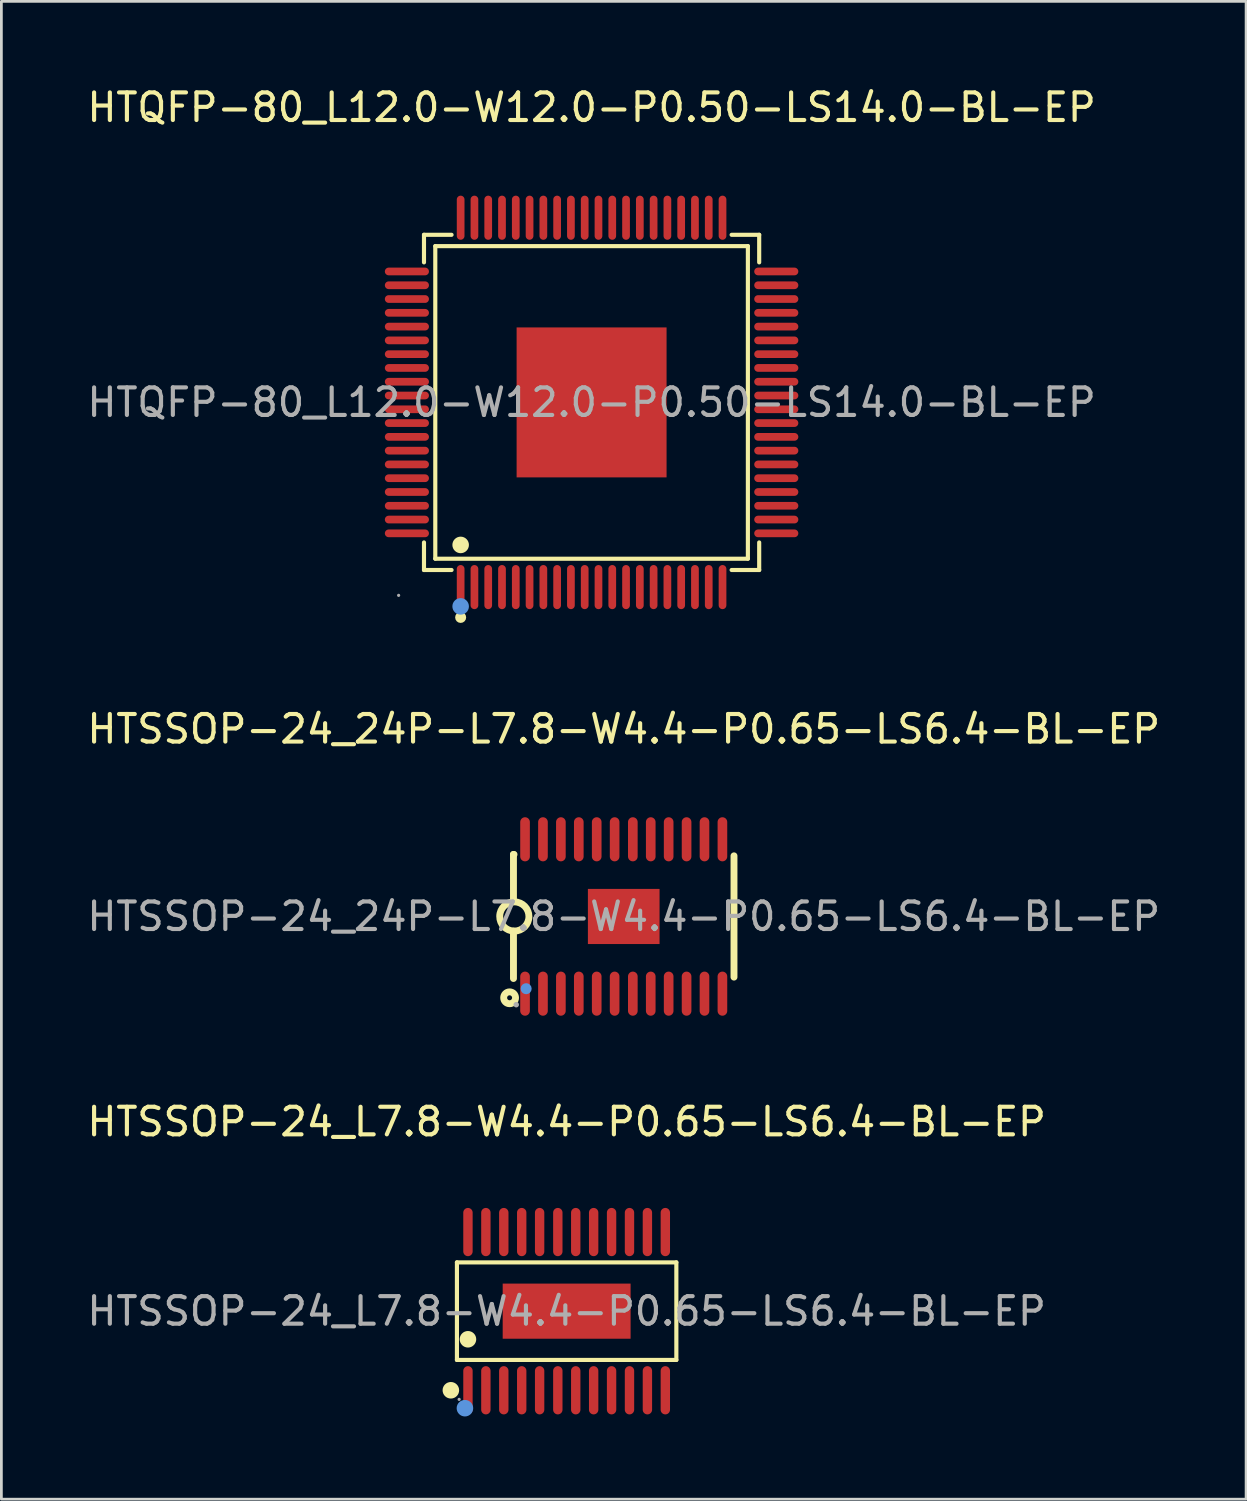
<source format=kicad_pcb>
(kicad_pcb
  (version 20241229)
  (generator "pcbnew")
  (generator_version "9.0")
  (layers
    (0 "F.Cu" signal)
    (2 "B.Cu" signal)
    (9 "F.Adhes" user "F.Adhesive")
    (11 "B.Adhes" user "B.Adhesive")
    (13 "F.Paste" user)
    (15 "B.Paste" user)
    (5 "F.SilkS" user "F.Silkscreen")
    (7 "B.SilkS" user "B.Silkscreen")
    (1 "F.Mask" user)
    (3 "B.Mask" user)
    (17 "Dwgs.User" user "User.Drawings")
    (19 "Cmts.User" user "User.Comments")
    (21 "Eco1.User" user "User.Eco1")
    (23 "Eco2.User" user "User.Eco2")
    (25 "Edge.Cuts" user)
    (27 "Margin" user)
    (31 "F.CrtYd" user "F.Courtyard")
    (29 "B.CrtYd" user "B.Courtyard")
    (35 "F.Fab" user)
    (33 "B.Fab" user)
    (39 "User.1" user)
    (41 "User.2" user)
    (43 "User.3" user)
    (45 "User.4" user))
  (footprint "HTQFP-80_L12.0-W12.0-P0.50-LS14.0-BL-EP"
    (layer "F.Cu")
    (at 18.411 11.548)
    (property "Reference" "HTQFP-80_L12.0-W12.0-P0.50-LS14.0-BL-EP" (at 0 -10.7 0) (layer "F.SilkS") (effects (font (size 1 1) (thickness 0.15))))
    (attr through_hole)
    (fp_line (start -6.08 -6.08) (end -5.08 -6.08) (stroke (width 0.15) (type solid)) (layer "F.SilkS"))
    (fp_line (start -6.08 -5.08) (end -6.08 -6.08) (stroke (width 0.15) (type solid)) (layer "F.SilkS"))
    (fp_line (start -6.08 5.08) (end -6.08 6.08) (stroke (width 0.15) (type solid)) (layer "F.SilkS"))
    (fp_line (start -6.08 6.08) (end -5.08 6.08) (stroke (width 0.15) (type solid)) (layer "F.SilkS"))
    (fp_line (start -5.67 -5.67) (end 5.67 -5.67) (stroke (width 0.15) (type solid)) (layer "F.SilkS"))
    (fp_line (start -5.67 5.67) (end -5.67 -5.67) (stroke (width 0.15) (type solid)) (layer "F.SilkS"))
    (fp_line (start 5.67 -5.67) (end 5.67 5.67) (stroke (width 0.15) (type solid)) (layer "F.SilkS"))
    (fp_line (start 5.67 5.67) (end -5.67 5.67) (stroke (width 0.15) (type solid)) (layer "F.SilkS"))
    (fp_line (start 6.08 -6.08) (end 5.08 -6.08) (stroke (width 0.15) (type solid)) (layer "F.SilkS"))
    (fp_line (start 6.08 -5.08) (end 6.08 -6.08) (stroke (width 0.15) (type solid)) (layer "F.SilkS"))
    (fp_line (start 6.08 5.08) (end 6.08 6.08) (stroke (width 0.15) (type solid)) (layer "F.SilkS"))
    (fp_line (start 6.08 6.08) (end 5.08 6.08) (stroke (width 0.15) (type solid)) (layer "F.SilkS"))
    (fp_circle (center -4.75 5.17) (end -4.6 5.17) (stroke (width 0.3) (type solid)) (fill no) (layer "F.SilkS"))
    (fp_circle (center -4.75 7.8) (end -4.65 7.8) (stroke (width 0.2) (type solid)) (fill no) (layer "F.SilkS"))
    (fp_circle (center -4.75 7.4) (end -4.6 7.4) (stroke (width 0.3) (type solid)) (fill no) (layer "Cmts.User"))
    (fp_circle (center -7 7) (end -6.97 7) (stroke (width 0.06) (type solid)) (fill no) (layer "F.Fab"))
    (fp_text user "${REFERENCE}" (at 0 0 0) (layer "F.Fab") (effects (font (size 1 1) (thickness 0.15))))
    (pad "1" smd oval (at -4.75 6.7) (size 0.28 1.6) (layers "F.Cu" "F.Mask" "F.Paste"))
    (pad "2" smd oval (at -4.25 6.7) (size 0.28 1.6) (layers "F.Cu" "F.Mask" "F.Paste"))
    (pad "3" smd oval (at -3.75 6.7) (size 0.28 1.6) (layers "F.Cu" "F.Mask" "F.Paste"))
    (pad "4" smd oval (at -3.25 6.7) (size 0.28 1.6) (layers "F.Cu" "F.Mask" "F.Paste"))
    (pad "5" smd oval (at -2.75 6.7) (size 0.28 1.6) (layers "F.Cu" "F.Mask" "F.Paste"))
    (pad "6" smd oval (at -2.25 6.7) (size 0.28 1.6) (layers "F.Cu" "F.Mask" "F.Paste"))
    (pad "7" smd oval (at -1.75 6.7) (size 0.28 1.6) (layers "F.Cu" "F.Mask" "F.Paste"))
    (pad "8" smd oval (at -1.25 6.7) (size 0.28 1.6) (layers "F.Cu" "F.Mask" "F.Paste"))
    (pad "9" smd oval (at -0.75 6.7) (size 0.28 1.6) (layers "F.Cu" "F.Mask" "F.Paste"))
    (pad "10" smd oval (at -0.25 6.7) (size 0.28 1.6) (layers "F.Cu" "F.Mask" "F.Paste"))
    (pad "11" smd oval (at 0.25 6.7) (size 0.28 1.6) (layers "F.Cu" "F.Mask" "F.Paste"))
    (pad "12" smd oval (at 0.75 6.7) (size 0.28 1.6) (layers "F.Cu" "F.Mask" "F.Paste"))
    (pad "13" smd oval (at 1.25 6.7) (size 0.28 1.6) (layers "F.Cu" "F.Mask" "F.Paste"))
    (pad "14" smd oval (at 1.75 6.7) (size 0.28 1.6) (layers "F.Cu" "F.Mask" "F.Paste"))
    (pad "15" smd oval (at 2.25 6.7) (size 0.28 1.6) (layers "F.Cu" "F.Mask" "F.Paste"))
    (pad "16" smd oval (at 2.75 6.7) (size 0.28 1.6) (layers "F.Cu" "F.Mask" "F.Paste"))
    (pad "17" smd oval (at 3.25 6.7) (size 0.28 1.6) (layers "F.Cu" "F.Mask" "F.Paste"))
    (pad "18" smd oval (at 3.75 6.7) (size 0.28 1.6) (layers "F.Cu" "F.Mask" "F.Paste"))
    (pad "19" smd oval (at 4.25 6.7) (size 0.28 1.6) (layers "F.Cu" "F.Mask" "F.Paste"))
    (pad "20" smd oval (at 4.75 6.7) (size 0.28 1.6) (layers "F.Cu" "F.Mask" "F.Paste"))
    (pad "21" smd oval (at 6.7 4.75) (size 1.6 0.28) (layers "F.Cu" "F.Mask" "F.Paste"))
    (pad "22" smd oval (at 6.7 4.25) (size 1.6 0.28) (layers "F.Cu" "F.Mask" "F.Paste"))
    (pad "23" smd oval (at 6.7 3.75) (size 1.6 0.28) (layers "F.Cu" "F.Mask" "F.Paste"))
    (pad "24" smd oval (at 6.7 3.25) (size 1.6 0.28) (layers "F.Cu" "F.Mask" "F.Paste"))
    (pad "25" smd oval (at 6.7 2.75) (size 1.6 0.28) (layers "F.Cu" "F.Mask" "F.Paste"))
    (pad "26" smd oval (at 6.7 2.25) (size 1.6 0.28) (layers "F.Cu" "F.Mask" "F.Paste"))
    (pad "27" smd oval (at 6.7 1.75) (size 1.6 0.28) (layers "F.Cu" "F.Mask" "F.Paste"))
    (pad "28" smd oval (at 6.7 1.25) (size 1.6 0.28) (layers "F.Cu" "F.Mask" "F.Paste"))
    (pad "29" smd oval (at 6.7 0.75) (size 1.6 0.28) (layers "F.Cu" "F.Mask" "F.Paste"))
    (pad "30" smd oval (at 6.7 0.25) (size 1.6 0.28) (layers "F.Cu" "F.Mask" "F.Paste"))
    (pad "31" smd oval (at 6.7 -0.25) (size 1.6 0.28) (layers "F.Cu" "F.Mask" "F.Paste"))
    (pad "32" smd oval (at 6.7 -0.75) (size 1.6 0.28) (layers "F.Cu" "F.Mask" "F.Paste"))
    (pad "33" smd oval (at 6.7 -1.25) (size 1.6 0.28) (layers "F.Cu" "F.Mask" "F.Paste"))
    (pad "34" smd oval (at 6.7 -1.75) (size 1.6 0.28) (layers "F.Cu" "F.Mask" "F.Paste"))
    (pad "35" smd oval (at 6.7 -2.25) (size 1.6 0.28) (layers "F.Cu" "F.Mask" "F.Paste"))
    (pad "36" smd oval (at 6.7 -2.75) (size 1.6 0.28) (layers "F.Cu" "F.Mask" "F.Paste"))
    (pad "37" smd oval (at 6.7 -3.25) (size 1.6 0.28) (layers "F.Cu" "F.Mask" "F.Paste"))
    (pad "38" smd oval (at 6.7 -3.75) (size 1.6 0.28) (layers "F.Cu" "F.Mask" "F.Paste"))
    (pad "39" smd oval (at 6.7 -4.25) (size 1.6 0.28) (layers "F.Cu" "F.Mask" "F.Paste"))
    (pad "40" smd oval (at 6.7 -4.75) (size 1.6 0.28) (layers "F.Cu" "F.Mask" "F.Paste"))
    (pad "41" smd oval (at 4.75 -6.7) (size 0.28 1.6) (layers "F.Cu" "F.Mask" "F.Paste"))
    (pad "42" smd oval (at 4.25 -6.7) (size 0.28 1.6) (layers "F.Cu" "F.Mask" "F.Paste"))
    (pad "43" smd oval (at 3.75 -6.7) (size 0.28 1.6) (layers "F.Cu" "F.Mask" "F.Paste"))
    (pad "44" smd oval (at 3.25 -6.7) (size 0.28 1.6) (layers "F.Cu" "F.Mask" "F.Paste"))
    (pad "45" smd oval (at 2.75 -6.7) (size 0.28 1.6) (layers "F.Cu" "F.Mask" "F.Paste"))
    (pad "46" smd oval (at 2.25 -6.7) (size 0.28 1.6) (layers "F.Cu" "F.Mask" "F.Paste"))
    (pad "47" smd oval (at 1.75 -6.7) (size 0.28 1.6) (layers "F.Cu" "F.Mask" "F.Paste"))
    (pad "48" smd oval (at 1.25 -6.7) (size 0.28 1.6) (layers "F.Cu" "F.Mask" "F.Paste"))
    (pad "49" smd oval (at 0.75 -6.7) (size 0.28 1.6) (layers "F.Cu" "F.Mask" "F.Paste"))
    (pad "50" smd oval (at 0.25 -6.7) (size 0.28 1.6) (layers "F.Cu" "F.Mask" "F.Paste"))
    (pad "51" smd oval (at -0.25 -6.7) (size 0.28 1.6) (layers "F.Cu" "F.Mask" "F.Paste"))
    (pad "52" smd oval (at -0.75 -6.7) (size 0.28 1.6) (layers "F.Cu" "F.Mask" "F.Paste"))
    (pad "53" smd oval (at -1.25 -6.7) (size 0.28 1.6) (layers "F.Cu" "F.Mask" "F.Paste"))
    (pad "54" smd oval (at -1.75 -6.7) (size 0.28 1.6) (layers "F.Cu" "F.Mask" "F.Paste"))
    (pad "55" smd oval (at -2.25 -6.7) (size 0.28 1.6) (layers "F.Cu" "F.Mask" "F.Paste"))
    (pad "56" smd oval (at -2.75 -6.7) (size 0.28 1.6) (layers "F.Cu" "F.Mask" "F.Paste"))
    (pad "57" smd oval (at -3.25 -6.7) (size 0.28 1.6) (layers "F.Cu" "F.Mask" "F.Paste"))
    (pad "58" smd oval (at -3.75 -6.7) (size 0.28 1.6) (layers "F.Cu" "F.Mask" "F.Paste"))
    (pad "59" smd oval (at -4.25 -6.7) (size 0.28 1.6) (layers "F.Cu" "F.Mask" "F.Paste"))
    (pad "60" smd oval (at -4.75 -6.7) (size 0.28 1.6) (layers "F.Cu" "F.Mask" "F.Paste"))
    (pad "61" smd oval (at -6.7 -4.75) (size 1.6 0.28) (layers "F.Cu" "F.Mask" "F.Paste"))
    (pad "62" smd oval (at -6.7 -4.25) (size 1.6 0.28) (layers "F.Cu" "F.Mask" "F.Paste"))
    (pad "63" smd oval (at -6.7 -3.75) (size 1.6 0.28) (layers "F.Cu" "F.Mask" "F.Paste"))
    (pad "64" smd oval (at -6.7 -3.25) (size 1.6 0.28) (layers "F.Cu" "F.Mask" "F.Paste"))
    (pad "65" smd oval (at -6.7 -2.75) (size 1.6 0.28) (layers "F.Cu" "F.Mask" "F.Paste"))
    (pad "66" smd oval (at -6.7 -2.25) (size 1.6 0.28) (layers "F.Cu" "F.Mask" "F.Paste"))
    (pad "67" smd oval (at -6.7 -1.75) (size 1.6 0.28) (layers "F.Cu" "F.Mask" "F.Paste"))
    (pad "68" smd oval (at -6.7 -1.25) (size 1.6 0.28) (layers "F.Cu" "F.Mask" "F.Paste"))
    (pad "69" smd oval (at -6.7 -0.75) (size 1.6 0.28) (layers "F.Cu" "F.Mask" "F.Paste"))
    (pad "70" smd oval (at -6.7 -0.25) (size 1.6 0.28) (layers "F.Cu" "F.Mask" "F.Paste"))
    (pad "71" smd oval (at -6.7 0.25) (size 1.6 0.28) (layers "F.Cu" "F.Mask" "F.Paste"))
    (pad "72" smd oval (at -6.7 0.75) (size 1.6 0.28) (layers "F.Cu" "F.Mask" "F.Paste"))
    (pad "73" smd oval (at -6.7 1.25) (size 1.6 0.28) (layers "F.Cu" "F.Mask" "F.Paste"))
    (pad "74" smd oval (at -6.7 1.75) (size 1.6 0.28) (layers "F.Cu" "F.Mask" "F.Paste"))
    (pad "75" smd oval (at -6.7 2.25) (size 1.6 0.28) (layers "F.Cu" "F.Mask" "F.Paste"))
    (pad "76" smd oval (at -6.7 2.75) (size 1.6 0.28) (layers "F.Cu" "F.Mask" "F.Paste"))
    (pad "77" smd oval (at -6.7 3.25) (size 1.6 0.28) (layers "F.Cu" "F.Mask" "F.Paste"))
    (pad "78" smd oval (at -6.7 3.75) (size 1.6 0.28) (layers "F.Cu" "F.Mask" "F.Paste"))
    (pad "79" smd oval (at -6.7 4.25) (size 1.6 0.28) (layers "F.Cu" "F.Mask" "F.Paste"))
    (pad "80" smd oval (at -6.7 4.75) (size 1.6 0.28) (layers "F.Cu" "F.Mask" "F.Paste"))
    (pad "81" smd rect (at 0 0) (size 5.44 5.44) (layers "F.Cu" "F.Mask" "F.Paste")))
  (footprint "HTSSOP-24_24P-L7.8-W4.4-P0.65-LS6.4-BL-EP"
    (layer "F.Cu")
    (at 19.577 30.197)
    (property "Reference" "HTSSOP-24_24P-L7.8-W4.4-P0.65-LS6.4-BL-EP" (at 0 -6.8 0) (layer "F.SilkS") (effects (font (size 1 1) (thickness 0.15))))
    (attr through_hole)
    (fp_line (start -4 -2.25) (end -3.98 -2.25) (stroke (width 0.25) (type solid)) (layer "F.SilkS"))
    (fp_line (start -4 -0.54) (end -4 -2.25) (stroke (width 0.25) (type solid)) (layer "F.SilkS"))
    (fp_line (start -4 2.25) (end -4 0.53) (stroke (width 0.25) (type solid)) (layer "F.SilkS"))
    (fp_line (start 4 -2.2) (end 4 2.2) (stroke (width 0.25) (type solid)) (layer "F.SilkS"))
    (fp_arc (start -3.97925 0.529919) (mid -3.965375 -0.52998) (end -3.97 0.53) (stroke (width 0.25) (type solid)) (layer "F.SilkS"))
    (fp_circle (center -4.14 2.95) (end -4.05 2.95) (stroke (width 0.25) (type solid)) (fill no) (layer "F.SilkS"))
    (fp_circle (center -3.54 2.62) (end -3.44 2.62) (stroke (width 0.2) (type solid)) (fill no) (layer "Cmts.User"))
    (fp_circle (center -3.9 3.2) (end -3.85 3.2) (stroke (width 0.1) (type solid)) (fill no) (layer "F.Fab"))
    (fp_text user "${REFERENCE}" (at 0 0 0) (layer "F.Fab") (effects (font (size 1 1) (thickness 0.15))))
    (pad "1" smd oval (at -3.58 2.8 180) (size 0.35 1.6) (layers "F.Cu" "F.Mask" "F.Paste"))
    (pad "2" smd oval (at -2.93 2.8 180) (size 0.35 1.6) (layers "F.Cu" "F.Mask" "F.Paste"))
    (pad "3" smd oval (at -2.28 2.8 180) (size 0.35 1.6) (layers "F.Cu" "F.Mask" "F.Paste"))
    (pad "4" smd oval (at -1.63 2.8 180) (size 0.35 1.6) (layers "F.Cu" "F.Mask" "F.Paste"))
    (pad "5" smd oval (at -0.98 2.8 180) (size 0.35 1.6) (layers "F.Cu" "F.Mask" "F.Paste"))
    (pad "6" smd oval (at -0.33 2.8 180) (size 0.35 1.6) (layers "F.Cu" "F.Mask" "F.Paste"))
    (pad "7" smd oval (at 0.33 2.8 180) (size 0.35 1.6) (layers "F.Cu" "F.Mask" "F.Paste"))
    (pad "8" smd oval (at 0.98 2.8 180) (size 0.35 1.6) (layers "F.Cu" "F.Mask" "F.Paste"))
    (pad "9" smd oval (at 1.63 2.8 180) (size 0.35 1.6) (layers "F.Cu" "F.Mask" "F.Paste"))
    (pad "10" smd oval (at 2.28 2.8 180) (size 0.35 1.6) (layers "F.Cu" "F.Mask" "F.Paste"))
    (pad "11" smd oval (at 2.93 2.8 180) (size 0.35 1.6) (layers "F.Cu" "F.Mask" "F.Paste"))
    (pad "12" smd oval (at 3.58 2.8 180) (size 0.35 1.6) (layers "F.Cu" "F.Mask" "F.Paste"))
    (pad "13" smd oval (at 3.58 -2.8 180) (size 0.35 1.6) (layers "F.Cu" "F.Mask" "F.Paste"))
    (pad "14" smd oval (at 2.93 -2.8 180) (size 0.35 1.6) (layers "F.Cu" "F.Mask" "F.Paste"))
    (pad "15" smd oval (at 2.28 -2.8 180) (size 0.35 1.6) (layers "F.Cu" "F.Mask" "F.Paste"))
    (pad "16" smd oval (at 1.63 -2.8 180) (size 0.35 1.6) (layers "F.Cu" "F.Mask" "F.Paste"))
    (pad "17" smd oval (at 0.98 -2.8 180) (size 0.35 1.6) (layers "F.Cu" "F.Mask" "F.Paste"))
    (pad "18" smd oval (at 0.33 -2.8 180) (size 0.35 1.6) (layers "F.Cu" "F.Mask" "F.Paste"))
    (pad "19" smd oval (at -0.33 -2.8 180) (size 0.35 1.6) (layers "F.Cu" "F.Mask" "F.Paste"))
    (pad "20" smd oval (at -0.98 -2.8 180) (size 0.35 1.6) (layers "F.Cu" "F.Mask" "F.Paste"))
    (pad "21" smd oval (at -1.63 -2.8 180) (size 0.35 1.6) (layers "F.Cu" "F.Mask" "F.Paste"))
    (pad "22" smd oval (at -2.28 -2.8 180) (size 0.35 1.6) (layers "F.Cu" "F.Mask" "F.Paste"))
    (pad "23" smd oval (at -2.93 -2.8 180) (size 0.35 1.6) (layers "F.Cu" "F.Mask" "F.Paste"))
    (pad "24" smd oval (at -3.58 -2.8 180) (size 0.35 1.6) (layers "F.Cu" "F.Mask" "F.Paste"))
    (pad "25" smd rect (at 0 0 180) (size 2.6 2) (layers "F.Cu" "F.Mask" "F.Paste")))
  (footprint "HTSSOP-24_L7.8-W4.4-P0.65-LS6.4-BL-EP"
    (layer "F.Cu")
    (at 17.506 44.515)
    (property "Reference" "HTSSOP-24_L7.8-W4.4-P0.65-LS6.4-BL-EP" (at 0 -6.87 0) (layer "F.SilkS") (effects (font (size 1 1) (thickness 0.15))))
    (attr through_hole)
    (fp_line (start -3.98 -1.77) (end 3.98 -1.77) (stroke (width 0.15) (type solid)) (layer "F.SilkS"))
    (fp_line (start -3.98 1.77) (end -3.98 -1.77) (stroke (width 0.15) (type solid)) (layer "F.SilkS"))
    (fp_line (start 3.98 -1.77) (end 3.98 1.77) (stroke (width 0.15) (type solid)) (layer "F.SilkS"))
    (fp_line (start 3.98 1.77) (end -3.98 1.77) (stroke (width 0.15) (type solid)) (layer "F.SilkS"))
    (fp_circle (center -4.2 2.87) (end -4.05 2.87) (stroke (width 0.3) (type solid)) (fill no) (layer "F.SilkS"))
    (fp_circle (center -3.58 1.02) (end -3.43 1.02) (stroke (width 0.3) (type solid)) (fill no) (layer "F.SilkS"))
    (fp_circle (center -3.69 3.52) (end -3.54 3.52) (stroke (width 0.3) (type solid)) (fill no) (layer "Cmts.User"))
    (fp_circle (center -3.9 3.2) (end -3.87 3.2) (stroke (width 0.06) (type solid)) (fill no) (layer "F.Fab"))
    (fp_text user "${REFERENCE}" (at 0 0 0) (layer "F.Fab") (effects (font (size 1 1) (thickness 0.15))))
    (pad "1" smd oval (at -3.58 2.87) (size 0.34 1.75) (layers "F.Cu" "F.Mask" "F.Paste"))
    (pad "2" smd oval (at -2.93 2.87) (size 0.34 1.75) (layers "F.Cu" "F.Mask" "F.Paste"))
    (pad "3" smd oval (at -2.28 2.87) (size 0.34 1.75) (layers "F.Cu" "F.Mask" "F.Paste"))
    (pad "4" smd oval (at -1.63 2.87) (size 0.34 1.75) (layers "F.Cu" "F.Mask" "F.Paste"))
    (pad "5" smd oval (at -0.98 2.87) (size 0.34 1.75) (layers "F.Cu" "F.Mask" "F.Paste"))
    (pad "6" smd oval (at -0.32 2.87) (size 0.34 1.75) (layers "F.Cu" "F.Mask" "F.Paste"))
    (pad "7" smd oval (at 0.33 2.87) (size 0.34 1.75) (layers "F.Cu" "F.Mask" "F.Paste"))
    (pad "8" smd oval (at 0.98 2.87) (size 0.34 1.75) (layers "F.Cu" "F.Mask" "F.Paste"))
    (pad "9" smd oval (at 1.63 2.87) (size 0.34 1.75) (layers "F.Cu" "F.Mask" "F.Paste"))
    (pad "10" smd oval (at 2.28 2.87) (size 0.34 1.75) (layers "F.Cu" "F.Mask" "F.Paste"))
    (pad "11" smd oval (at 2.93 2.87) (size 0.34 1.75) (layers "F.Cu" "F.Mask" "F.Paste"))
    (pad "12" smd oval (at 3.58 2.87) (size 0.34 1.75) (layers "F.Cu" "F.Mask" "F.Paste"))
    (pad "13" smd oval (at 3.58 -2.87) (size 0.34 1.75) (layers "F.Cu" "F.Mask" "F.Paste"))
    (pad "14" smd oval (at 2.93 -2.87) (size 0.34 1.75) (layers "F.Cu" "F.Mask" "F.Paste"))
    (pad "15" smd oval (at 2.28 -2.87) (size 0.34 1.75) (layers "F.Cu" "F.Mask" "F.Paste"))
    (pad "16" smd oval (at 1.63 -2.87) (size 0.34 1.75) (layers "F.Cu" "F.Mask" "F.Paste"))
    (pad "17" smd oval (at 0.98 -2.87) (size 0.34 1.75) (layers "F.Cu" "F.Mask" "F.Paste"))
    (pad "18" smd oval (at 0.33 -2.87) (size 0.34 1.75) (layers "F.Cu" "F.Mask" "F.Paste"))
    (pad "19" smd oval (at -0.32 -2.87) (size 0.34 1.75) (layers "F.Cu" "F.Mask" "F.Paste"))
    (pad "20" smd oval (at -0.98 -2.87) (size 0.34 1.75) (layers "F.Cu" "F.Mask" "F.Paste"))
    (pad "21" smd oval (at -1.63 -2.87) (size 0.34 1.75) (layers "F.Cu" "F.Mask" "F.Paste"))
    (pad "22" smd oval (at -2.28 -2.87) (size 0.34 1.75) (layers "F.Cu" "F.Mask" "F.Paste"))
    (pad "23" smd oval (at -2.93 -2.87) (size 0.34 1.75) (layers "F.Cu" "F.Mask" "F.Paste"))
    (pad "24" smd oval (at -3.58 -2.87) (size 0.34 1.75) (layers "F.Cu" "F.Mask" "F.Paste"))
    (pad "25" smd rect (at 0 0) (size 4.64 2) (layers "F.Cu" "F.Mask" "F.Paste")))
  (gr_rect
    (start -3 -3)
    (end 42.155 51.335)
    (stroke (width 0.1) (type default))
    (fill no)
    (layer "Edge.Cuts")))
</source>
